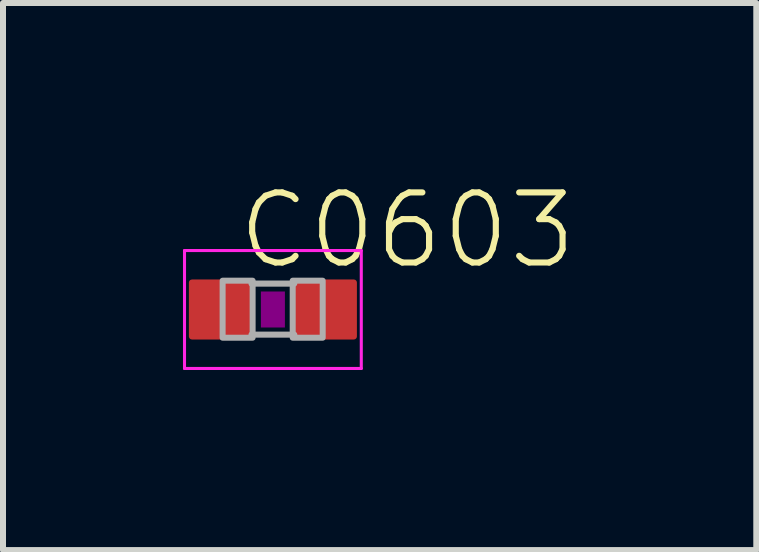
<source format=kicad_pcb>
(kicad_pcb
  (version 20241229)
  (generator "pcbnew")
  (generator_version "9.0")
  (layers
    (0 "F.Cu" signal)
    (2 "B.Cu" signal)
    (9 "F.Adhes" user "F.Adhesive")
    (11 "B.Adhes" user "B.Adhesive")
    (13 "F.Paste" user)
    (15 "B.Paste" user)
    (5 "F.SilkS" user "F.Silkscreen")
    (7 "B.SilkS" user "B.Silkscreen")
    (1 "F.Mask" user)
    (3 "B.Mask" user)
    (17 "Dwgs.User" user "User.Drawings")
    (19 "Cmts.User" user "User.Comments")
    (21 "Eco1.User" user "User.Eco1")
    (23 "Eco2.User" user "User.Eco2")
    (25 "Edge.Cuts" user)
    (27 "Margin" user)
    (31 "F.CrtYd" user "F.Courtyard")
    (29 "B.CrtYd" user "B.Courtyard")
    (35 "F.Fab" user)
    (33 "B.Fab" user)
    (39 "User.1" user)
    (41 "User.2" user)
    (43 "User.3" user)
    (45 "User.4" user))
  (footprint "C0603"
    (layer "F.Cu")
    (at 1.498 2.108)
    (property "Reference" "C0603" (at -0.635 -0.635 0) (layer "F.SilkS") (effects (font (size 1.168 1.168) (thickness 0.102)) (justify left bottom)))
    (fp_poly (pts (xy -0.2 0.3) (xy 0.2 0.3) (xy 0.2 -0.3) (xy -0.2 -0.3)) (stroke (width 0) (type solid)) (fill yes) (layer "F.Adhes"))
    (fp_line (start -1.473 -0.983) (end 1.473 -0.983) (stroke (width 0.051) (type solid)) (layer "F.CrtYd"))
    (fp_line (start -1.473 0.983) (end -1.473 -0.983) (stroke (width 0.051) (type solid)) (layer "F.CrtYd"))
    (fp_line (start 1.473 -0.983) (end 1.473 0.983) (stroke (width 0.051) (type solid)) (layer "F.CrtYd"))
    (fp_line (start 1.473 0.983) (end -1.473 0.983) (stroke (width 0.051) (type solid)) (layer "F.CrtYd"))
    (fp_line (start -0.356 -0.432) (end 0.356 -0.432) (stroke (width 0.102) (type solid)) (layer "F.Fab"))
    (fp_line (start -0.356 0.419) (end 0.356 0.419) (stroke (width 0.102) (type solid)) (layer "F.Fab"))
    (fp_poly (pts (xy -0.838 0.47) (xy -0.338 0.47) (xy -0.338 -0.48) (xy -0.838 -0.48)) (stroke (width 0.1) (type solid)) (fill no) (layer "F.Fab"))
    (fp_poly (pts (xy 0.33 0.47) (xy 0.83 0.47) (xy 0.83 -0.48) (xy 0.33 -0.48)) (stroke (width 0.1) (type solid)) (fill no) (layer "F.Fab"))
    (pad "1" smd roundrect (at -0.85 0) (size 1.1 1) (layers "F.Cu" "F.Mask" "F.Paste") (roundrect_rratio 0.051))
    (pad "2" smd roundrect (at 0.85 0) (size 1.1 1) (layers "F.Cu" "F.Mask" "F.Paste") (roundrect_rratio 0.051)))
  (gr_rect
    (start -3 -3)
    (end 9.554 6.117)
    (stroke (width 0.1) (type default))
    (fill no)
    (layer "Edge.Cuts")))
</source>
